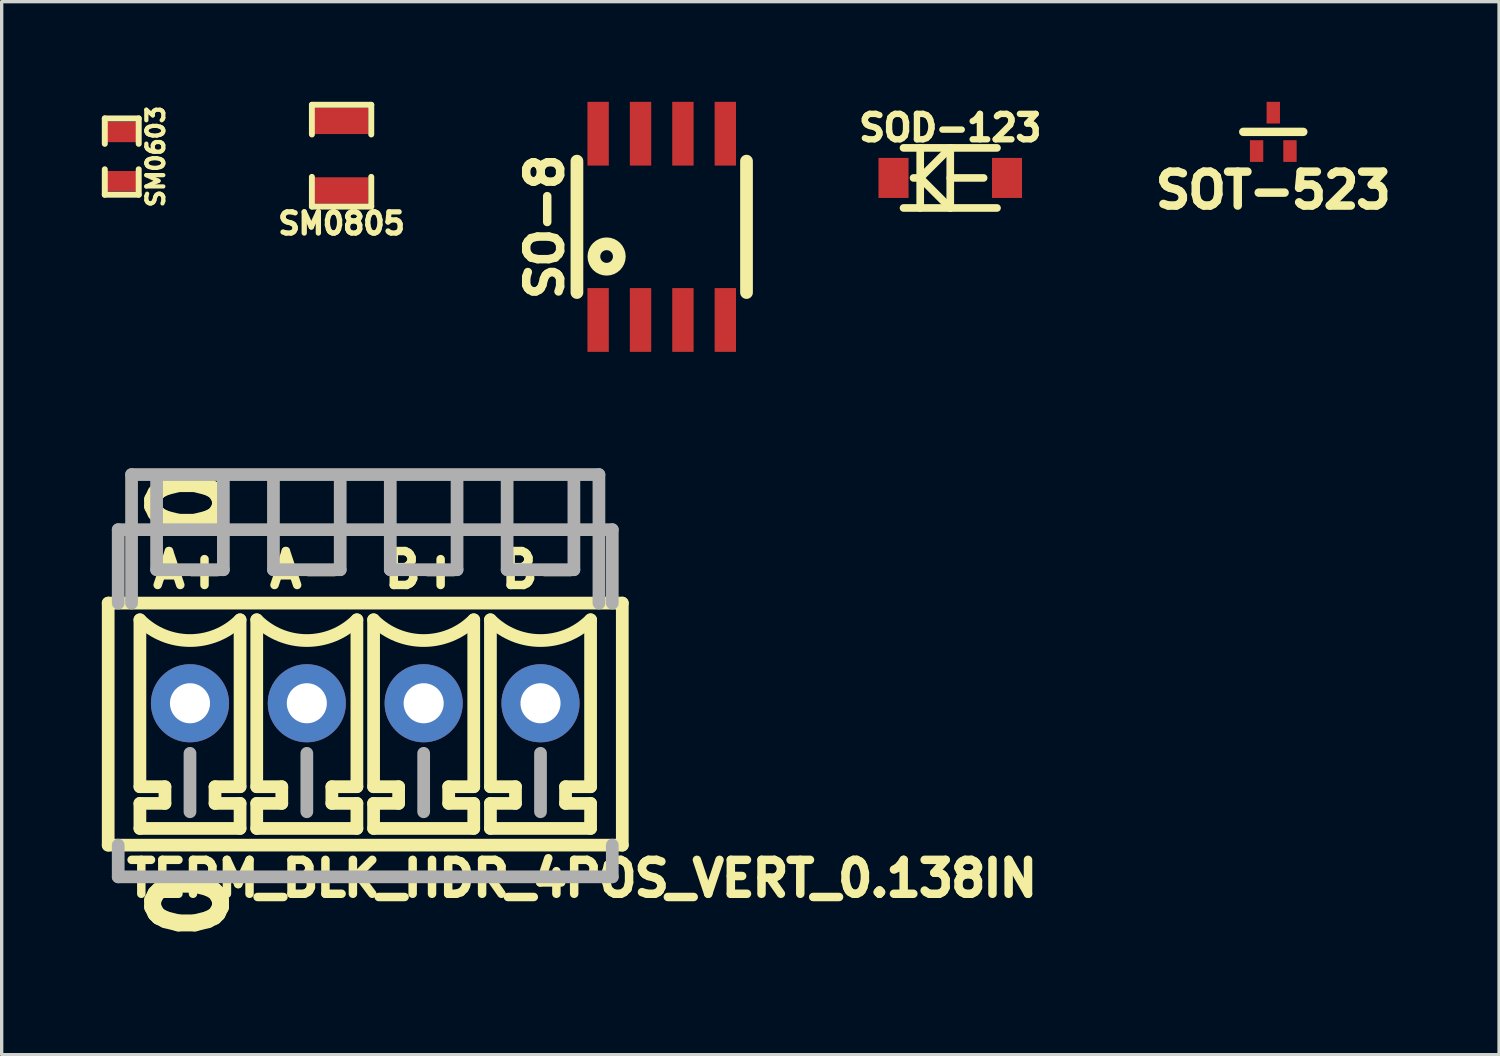
<source format=kicad_pcb>
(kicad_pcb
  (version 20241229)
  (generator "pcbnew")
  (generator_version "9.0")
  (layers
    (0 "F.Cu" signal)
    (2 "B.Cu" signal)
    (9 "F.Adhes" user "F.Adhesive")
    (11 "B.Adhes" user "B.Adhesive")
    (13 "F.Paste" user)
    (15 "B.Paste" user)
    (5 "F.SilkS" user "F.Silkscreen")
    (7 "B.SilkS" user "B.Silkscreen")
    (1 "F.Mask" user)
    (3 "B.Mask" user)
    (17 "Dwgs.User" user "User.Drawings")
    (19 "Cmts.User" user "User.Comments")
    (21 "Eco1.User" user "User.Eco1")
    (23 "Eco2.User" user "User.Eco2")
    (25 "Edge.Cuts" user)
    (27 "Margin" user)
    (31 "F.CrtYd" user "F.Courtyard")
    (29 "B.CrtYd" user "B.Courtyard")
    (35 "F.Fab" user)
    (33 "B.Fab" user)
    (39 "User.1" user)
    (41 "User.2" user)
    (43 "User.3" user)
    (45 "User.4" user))
  (footprint "SOT-523"
    (layer "F.Cu")
    (at 35.091 0.9)
    (property "Reference" "SOT-523" (at 0 1.75 0) (layer "F.SilkS") (effects (font (size 1.016 1.016) (thickness 0.254))))
    (attr through_hole)
    (fp_line (start -0.9 0) (end 0.9 0) (stroke (width 0.25) (type solid)) (layer "F.SilkS"))
    (pad "1" smd rect (at -0.5 0.575) (size 0.4 0.65) (layers "F.Cu" "F.Mask"))
    (pad "2" smd rect (at 0.5 0.575) (size 0.4 0.65) (layers "F.Cu" "F.Mask"))
    (pad "3" smd rect (at 0 -0.575) (size 0.4 0.65) (layers "F.Cu" "F.Mask")))
  (footprint "SM0805"
    (layer "F.Cu")
    (at 7.182 1.613)
    (property "Reference" "SM0805" (at 0 2.032 180) (layer "F.SilkS") (effects (font (size 0.635 0.635) (thickness 0.159))))
    (attr smd)
    (fp_line (start -0.889 -1.524) (end -0.889 -0.635) (stroke (width 0.178) (type solid)) (layer "F.SilkS"))
    (fp_line (start -0.889 1.524) (end -0.889 0.635) (stroke (width 0.178) (type solid)) (layer "F.SilkS"))
    (fp_line (start 0.889 -1.524) (end -0.889 -1.524) (stroke (width 0.178) (type solid)) (layer "F.SilkS"))
    (fp_line (start 0.889 -0.635) (end 0.889 -1.524) (stroke (width 0.178) (type solid)) (layer "F.SilkS"))
    (fp_line (start 0.889 0.635) (end 0.889 1.524) (stroke (width 0.178) (type solid)) (layer "F.SilkS"))
    (fp_line (start 0.889 1.524) (end -0.889 1.524) (stroke (width 0.178) (type solid)) (layer "F.SilkS"))
    (pad "1" smd rect (at 0 -1.041 270) (size 0.787 1.6) (layers "F.Cu" "F.Mask" "F.Paste"))
    (pad "2" smd rect (at 0 1.041 270) (size 0.787 1.6) (layers "F.Cu" "F.Mask" "F.Paste")))
  (footprint "TERM_BLK_HDR_4POS_VERT_0.138IN"
    (layer "F.Cu")
    (at 7.891 18.016)
    (property "Reference" "TERM_BLK_HDR_4POS_VERT_0.138IN" (at 6.5 5.25 180) (layer "F.SilkS") (effects (font (size 1.016 1.016) (thickness 0.254))))
    (attr through_hole)
    (fp_line (start -7.7 -3) (end -7.7 4.25) (stroke (width 0.381) (type solid)) (layer "F.SilkS"))
    (fp_line (start -6.75 -2.5) (end -6.75 2.5) (stroke (width 0.381) (type solid)) (layer "F.SilkS"))
    (fp_line (start -6.75 2.5) (end -6 2.5) (stroke (width 0.381) (type solid)) (layer "F.SilkS"))
    (fp_line (start -6.75 3) (end -6.75 3.75) (stroke (width 0.381) (type solid)) (layer "F.SilkS"))
    (fp_line (start -6.75 3.75) (end -3.75 3.75) (stroke (width 0.381) (type solid)) (layer "F.SilkS"))
    (fp_line (start -6 2.5) (end -6 3) (stroke (width 0.381) (type solid)) (layer "F.SilkS"))
    (fp_line (start -6 3) (end -6.75 3) (stroke (width 0.381) (type solid)) (layer "F.SilkS"))
    (fp_line (start -4.5 2.5) (end -4.5 3) (stroke (width 0.381) (type solid)) (layer "F.SilkS"))
    (fp_line (start -4.5 3) (end -3.75 3) (stroke (width 0.381) (type solid)) (layer "F.SilkS"))
    (fp_line (start -3.75 -2.5) (end -3.75 2.5) (stroke (width 0.381) (type solid)) (layer "F.SilkS"))
    (fp_line (start -3.75 2.5) (end -4.5 2.5) (stroke (width 0.381) (type solid)) (layer "F.SilkS"))
    (fp_line (start -3.75 3) (end -3.75 3.75) (stroke (width 0.381) (type solid)) (layer "F.SilkS"))
    (fp_line (start -3.25 -2.5) (end -3.25 2.5) (stroke (width 0.381) (type solid)) (layer "F.SilkS"))
    (fp_line (start -3.25 2.5) (end -2.5 2.5) (stroke (width 0.381) (type solid)) (layer "F.SilkS"))
    (fp_line (start -3.25 3) (end -3.25 3.75) (stroke (width 0.381) (type solid)) (layer "F.SilkS"))
    (fp_line (start -3.25 3.75) (end -0.25 3.75) (stroke (width 0.381) (type solid)) (layer "F.SilkS"))
    (fp_line (start -2.5 2.5) (end -2.5 3) (stroke (width 0.381) (type solid)) (layer "F.SilkS"))
    (fp_line (start -2.5 3) (end -3.25 3) (stroke (width 0.381) (type solid)) (layer "F.SilkS"))
    (fp_line (start -1 2.5) (end -1 3) (stroke (width 0.381) (type solid)) (layer "F.SilkS"))
    (fp_line (start -1 3) (end -0.25 3) (stroke (width 0.381) (type solid)) (layer "F.SilkS"))
    (fp_line (start -0.25 -2.5) (end -0.25 2.5) (stroke (width 0.381) (type solid)) (layer "F.SilkS"))
    (fp_line (start -0.25 2.5) (end -1 2.5) (stroke (width 0.381) (type solid)) (layer "F.SilkS"))
    (fp_line (start -0.25 3) (end -0.25 3.75) (stroke (width 0.381) (type solid)) (layer "F.SilkS"))
    (fp_line (start 0.25 -2.5) (end 0.25 2.5) (stroke (width 0.381) (type solid)) (layer "F.SilkS"))
    (fp_line (start 0.25 2.5) (end 1 2.5) (stroke (width 0.381) (type solid)) (layer "F.SilkS"))
    (fp_line (start 0.25 3) (end 0.25 3.75) (stroke (width 0.381) (type solid)) (layer "F.SilkS"))
    (fp_line (start 0.25 3.75) (end 3.25 3.75) (stroke (width 0.381) (type solid)) (layer "F.SilkS"))
    (fp_line (start 1 2.5) (end 1 3) (stroke (width 0.381) (type solid)) (layer "F.SilkS"))
    (fp_line (start 1 3) (end 0.25 3) (stroke (width 0.381) (type solid)) (layer "F.SilkS"))
    (fp_line (start 2.5 2.5) (end 2.5 3) (stroke (width 0.381) (type solid)) (layer "F.SilkS"))
    (fp_line (start 2.5 3) (end 3.25 3) (stroke (width 0.381) (type solid)) (layer "F.SilkS"))
    (fp_line (start 3.25 -2.5) (end 3.25 2.5) (stroke (width 0.381) (type solid)) (layer "F.SilkS"))
    (fp_line (start 3.25 2.5) (end 2.5 2.5) (stroke (width 0.381) (type solid)) (layer "F.SilkS"))
    (fp_line (start 3.25 3) (end 3.25 3.75) (stroke (width 0.381) (type solid)) (layer "F.SilkS"))
    (fp_line (start 3.75 -2.5) (end 3.75 2.5) (stroke (width 0.381) (type solid)) (layer "F.SilkS"))
    (fp_line (start 3.75 2.5) (end 4.5 2.5) (stroke (width 0.381) (type solid)) (layer "F.SilkS"))
    (fp_line (start 3.75 3) (end 3.75 3.75) (stroke (width 0.381) (type solid)) (layer "F.SilkS"))
    (fp_line (start 3.75 3.75) (end 6.75 3.75) (stroke (width 0.381) (type solid)) (layer "F.SilkS"))
    (fp_line (start 4.5 2.5) (end 4.5 3) (stroke (width 0.381) (type solid)) (layer "F.SilkS"))
    (fp_line (start 4.5 3) (end 3.75 3) (stroke (width 0.381) (type solid)) (layer "F.SilkS"))
    (fp_line (start 6 2.5) (end 6 3) (stroke (width 0.381) (type solid)) (layer "F.SilkS"))
    (fp_line (start 6 3) (end 6.75 3) (stroke (width 0.381) (type solid)) (layer "F.SilkS"))
    (fp_line (start 6.75 -2.5) (end 6.75 2.5) (stroke (width 0.381) (type solid)) (layer "F.SilkS"))
    (fp_line (start 6.75 2.5) (end 6 2.5) (stroke (width 0.381) (type solid)) (layer "F.SilkS"))
    (fp_line (start 6.75 3) (end 6.75 3.75) (stroke (width 0.381) (type solid)) (layer "F.SilkS"))
    (fp_line (start 7.7 -3) (end -7.7 -3) (stroke (width 0.381) (type solid)) (layer "F.SilkS"))
    (fp_line (start 7.7 -3) (end 7.7 4.25) (stroke (width 0.381) (type solid)) (layer "F.SilkS"))
    (fp_line (start 7.7 4.25) (end -7.7 4.25) (stroke (width 0.381) (type solid)) (layer "F.SilkS"))
    (fp_arc (start -3.75 -2.5) (mid -5.25 -1.87868) (end -6.75 -2.5) (stroke (width 0.381) (type solid)) (layer "F.SilkS"))
    (fp_arc (start -0.25 -2.5) (mid -1.75 -1.87868) (end -3.25 -2.5) (stroke (width 0.381) (type solid)) (layer "F.SilkS"))
    (fp_arc (start 3.25 -2.5) (mid 1.75 -1.87868) (end 0.25 -2.5) (stroke (width 0.381) (type solid)) (layer "F.SilkS"))
    (fp_arc (start 6.75 -2.5) (mid 5.25 -1.87868) (end 3.75 -2.5) (stroke (width 0.381) (type solid)) (layer "F.SilkS"))
    (fp_line (start -7.4 -5.2) (end 7.4 -5.2) (stroke (width 0.381) (type solid)) (layer "F.Fab"))
    (fp_line (start -7.4 -3) (end -7.4 -5.2) (stroke (width 0.381) (type solid)) (layer "F.Fab"))
    (fp_line (start -7.4 4.25) (end -7.4 5.2) (stroke (width 0.381) (type solid)) (layer "F.Fab"))
    (fp_line (start -7.4 5.2) (end 7.4 5.2) (stroke (width 0.381) (type solid)) (layer "F.Fab"))
    (fp_line (start -7 -6.85) (end 7 -6.85) (stroke (width 0.381) (type solid)) (layer "F.Fab"))
    (fp_line (start -7 -3) (end -7 -6.85) (stroke (width 0.381) (type solid)) (layer "F.Fab"))
    (fp_line (start -6.25 -6.75) (end -6.25 -4) (stroke (width 0.381) (type solid)) (layer "F.Fab"))
    (fp_line (start -6.25 -4) (end -4.25 -4) (stroke (width 0.381) (type solid)) (layer "F.Fab"))
    (fp_line (start -5.25 1.5) (end -5.25 3.25) (stroke (width 0.381) (type solid)) (layer "F.Fab"))
    (fp_line (start -4.25 -4) (end -4.25 -6.75) (stroke (width 0.381) (type solid)) (layer "F.Fab"))
    (fp_line (start -2.75 -6.75) (end -2.75 -4) (stroke (width 0.381) (type solid)) (layer "F.Fab"))
    (fp_line (start -2.75 -4) (end -0.75 -4) (stroke (width 0.381) (type solid)) (layer "F.Fab"))
    (fp_line (start -1.75 1.5) (end -1.75 3.25) (stroke (width 0.381) (type solid)) (layer "F.Fab"))
    (fp_line (start -0.75 -4) (end -0.75 -6.75) (stroke (width 0.381) (type solid)) (layer "F.Fab"))
    (fp_line (start 0.75 -6.75) (end 0.75 -4) (stroke (width 0.381) (type solid)) (layer "F.Fab"))
    (fp_line (start 0.75 -4) (end 2.75 -4) (stroke (width 0.381) (type solid)) (layer "F.Fab"))
    (fp_line (start 1.75 1.5) (end 1.75 3.25) (stroke (width 0.381) (type solid)) (layer "F.Fab"))
    (fp_line (start 2.75 -4) (end 2.75 -6.75) (stroke (width 0.381) (type solid)) (layer "F.Fab"))
    (fp_line (start 4.25 -6.75) (end 4.25 -4) (stroke (width 0.381) (type solid)) (layer "F.Fab"))
    (fp_line (start 4.25 -4) (end 6.25 -4) (stroke (width 0.381) (type solid)) (layer "F.Fab"))
    (fp_line (start 5.25 1.5) (end 5.25 3.25) (stroke (width 0.381) (type solid)) (layer "F.Fab"))
    (fp_line (start 6.25 -4) (end 6.25 -6.75) (stroke (width 0.381) (type solid)) (layer "F.Fab"))
    (fp_line (start 7 -6.85) (end 7 -3) (stroke (width 0.381) (type solid)) (layer "F.Fab"))
    (fp_line (start 7.4 -5.2) (end 7.4 -3) (stroke (width 0.381) (type solid)) (layer "F.Fab"))
    (fp_line (start 7.4 5.2) (end 7.4 4.25) (stroke (width 0.381) (type solid)) (layer "F.Fab"))
    (fp_text user "0" (at -5.25 6 270) (layer "F.SilkS") (effects (font (size 2.032 2.032) (thickness 0.508))))
    (fp_text user "B+" (at 1.75 -4 0) (layer "F.SilkS") (effects (font (size 1.016 1.016) (thickness 0.254))))
    (fp_text user "A+" (at -5.25 -4 0) (layer "F.SilkS") (effects (font (size 1.016 1.016) (thickness 0.254))))
    (fp_text user "B-" (at 5.25 -4 0) (layer "F.SilkS") (effects (font (size 1.016 1.016) (thickness 0.254))))
    (fp_text user "0" (at -5.25 -6 90) (layer "F.SilkS") (effects (font (size 2.032 2.032) (thickness 0.508))))
    (fp_text user "A-" (at -1.75 -4 0) (layer "F.SilkS") (effects (font (size 1.016 1.016) (thickness 0.254))))
    (pad "1" thru_hole circle (at 5.25 0) (size 2.34 2.34) (drill 1.2) (layers "*.Cu" "*.Mask"))
    (pad "2" thru_hole circle (at 1.75 0) (size 2.34 2.34) (drill 1.2) (layers "*.Cu" "*.Mask"))
    (pad "3" thru_hole circle (at -1.75 0) (size 2.34 2.34) (drill 1.2) (layers "*.Cu" "*.Mask"))
    (pad "4" thru_hole circle (at -5.25 0) (size 2.34 2.34) (drill 1.2) (layers "*.Cu" "*.Mask")))
  (footprint "SOD-123"
    (layer "F.Cu")
    (at 25.415 2.28)
    (property "Reference" "SOD-123" (at 0 -1.5 180) (layer "F.SilkS") (effects (font (size 0.762 0.762) (thickness 0.191))))
    (attr smd)
    (fp_line (start -1.4 -0.9) (end 1.4 -0.9) (stroke (width 0.229) (type solid)) (layer "F.SilkS"))
    (fp_line (start -1.4 0.9) (end 1.4 0.9) (stroke (width 0.229) (type solid)) (layer "F.SilkS"))
    (fp_line (start -1.1 0) (end -0.9 0) (stroke (width 0.229) (type solid)) (layer "F.SilkS"))
    (fp_line (start -0.9 -0.9) (end -0.9 0.9) (stroke (width 0.229) (type solid)) (layer "F.SilkS"))
    (fp_line (start -0.9 0) (end 0 -0.9) (stroke (width 0.229) (type solid)) (layer "F.SilkS"))
    (fp_line (start 0 -0.9) (end 0 0.9) (stroke (width 0.229) (type solid)) (layer "F.SilkS"))
    (fp_line (start 0 0) (end 1 0) (stroke (width 0.229) (type solid)) (layer "F.SilkS"))
    (fp_line (start 0 0.9) (end -0.9 0) (stroke (width 0.229) (type solid)) (layer "F.SilkS"))
    (pad "1" smd rect (at -1.7 0) (size 0.9 1.2) (layers "F.Cu" "F.Mask" "F.Paste"))
    (pad "2" smd rect (at 1.7 0) (size 0.9 1.2) (layers "F.Cu" "F.Mask" "F.Paste")))
  (footprint "SM0603"
    (layer "F.Cu")
    (at 0.597 1.64)
    (property "Reference" "SM0603" (at 1.016 0 90) (layer "F.SilkS") (effects (font (size 0.508 0.508) (thickness 0.127))))
    (attr smd)
    (fp_line (start -0.508 -1.143) (end -0.508 -0.381) (stroke (width 0.178) (type solid)) (layer "F.SilkS"))
    (fp_line (start -0.508 1.143) (end -0.508 0.381) (stroke (width 0.178) (type solid)) (layer "F.SilkS"))
    (fp_line (start 0.508 -1.143) (end -0.508 -1.143) (stroke (width 0.178) (type solid)) (layer "F.SilkS"))
    (fp_line (start 0.508 -0.381) (end 0.508 -1.143) (stroke (width 0.178) (type solid)) (layer "F.SilkS"))
    (fp_line (start 0.508 0.381) (end 0.508 1.143) (stroke (width 0.178) (type solid)) (layer "F.SilkS"))
    (fp_line (start 0.508 1.143) (end -0.508 1.143) (stroke (width 0.178) (type solid)) (layer "F.SilkS"))
    (pad "1" smd rect (at 0 -0.737 270) (size 0.61 0.889) (layers "F.Cu" "F.Mask" "F.Paste"))
    (pad "2" smd rect (at 0 0.737 270) (size 0.61 0.889) (layers "F.Cu" "F.Mask" "F.Paste")))
  (footprint "SO-8"
    (layer "F.Cu")
    (at 16.772 3.745)
    (property "Reference" "SO-8" (at -3.5 0 90) (layer "F.SilkS") (effects (font (size 1.016 1.016) (thickness 0.254))))
    (attr through_hole)
    (fp_line (start -2.54 -1.968) (end -2.54 1.968) (stroke (width 0.381) (type solid)) (layer "F.SilkS"))
    (fp_line (start 2.54 -1.968) (end 2.54 1.968) (stroke (width 0.381) (type solid)) (layer "F.SilkS"))
    (fp_circle (center -1.651 0.889) (end -1.651 0.508) (stroke (width 0.381) (type solid)) (fill no) (layer "F.SilkS"))
    (pad "1" smd rect (at -1.905 2.79) (size 0.64 1.91) (layers "F.Cu" "F.Mask" "F.Paste"))
    (pad "2" smd rect (at -0.635 2.79) (size 0.64 1.91) (layers "F.Cu" "F.Mask" "F.Paste"))
    (pad "3" smd rect (at 0.635 2.79) (size 0.64 1.91) (layers "F.Cu" "F.Mask" "F.Paste"))
    (pad "4" smd rect (at 1.905 2.79) (size 0.64 1.91) (layers "F.Cu" "F.Mask" "F.Paste"))
    (pad "5" smd rect (at 1.905 -2.79) (size 0.64 1.91) (layers "F.Cu" "F.Mask" "F.Paste"))
    (pad "6" smd rect (at 0.635 -2.79) (size 0.64 1.91) (layers "F.Cu" "F.Mask" "F.Paste"))
    (pad "7" smd rect (at -0.635 -2.79) (size 0.64 1.91) (layers "F.Cu" "F.Mask" "F.Paste"))
    (pad "8" smd rect (at -1.905 -2.79) (size 0.64 1.91) (layers "F.Cu" "F.Mask" "F.Paste")))
  (gr_rect
    (start -3 -3)
    (end 41.854 28.543)
    (stroke (width 0.1) (type default))
    (fill no)
    (layer "Edge.Cuts")))
</source>
